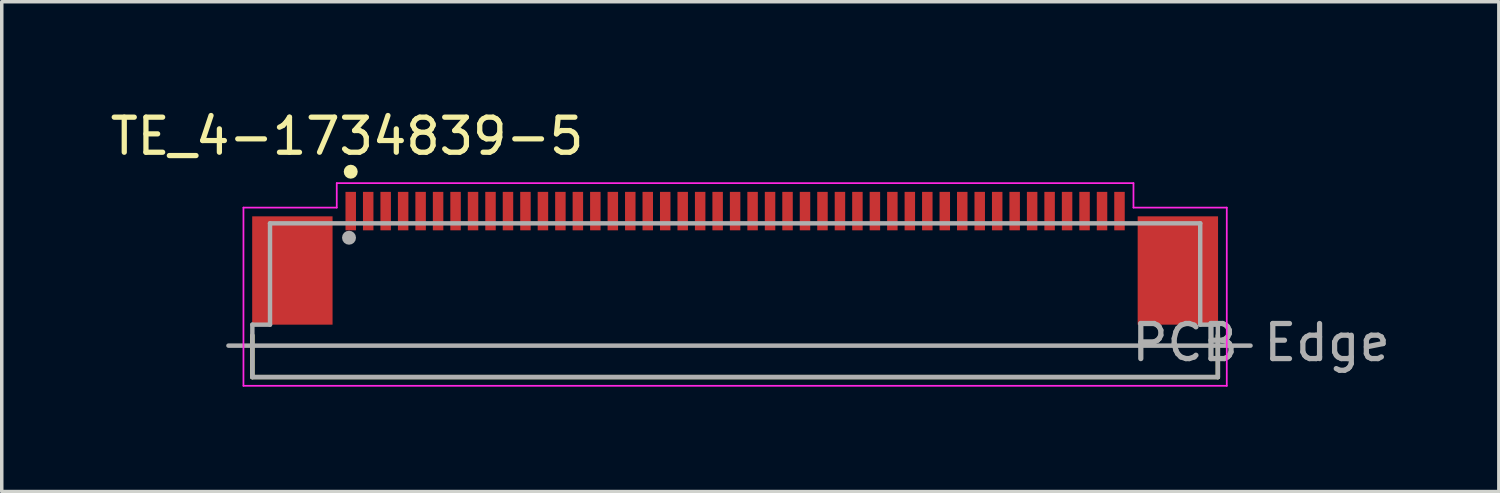
<source format=kicad_pcb>
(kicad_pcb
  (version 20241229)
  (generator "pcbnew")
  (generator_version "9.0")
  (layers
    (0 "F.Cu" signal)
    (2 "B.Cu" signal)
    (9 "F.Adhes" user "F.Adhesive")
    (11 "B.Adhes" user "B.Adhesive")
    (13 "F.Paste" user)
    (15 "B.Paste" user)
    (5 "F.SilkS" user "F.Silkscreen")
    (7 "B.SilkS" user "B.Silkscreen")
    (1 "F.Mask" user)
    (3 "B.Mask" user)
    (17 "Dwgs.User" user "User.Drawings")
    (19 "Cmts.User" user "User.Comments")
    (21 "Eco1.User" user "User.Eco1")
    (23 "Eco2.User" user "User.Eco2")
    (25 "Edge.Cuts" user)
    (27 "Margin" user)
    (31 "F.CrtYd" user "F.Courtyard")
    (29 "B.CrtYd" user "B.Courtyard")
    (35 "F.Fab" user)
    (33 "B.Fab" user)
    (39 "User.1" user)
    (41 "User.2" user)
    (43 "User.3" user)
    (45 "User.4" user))
  (footprint "TE_4-1734839-5"
    (layer "F.Cu")
    (at 17.987 2.991)
    (property "Reference" "TE_4-1734839-5" (at -11.105 -2.141 0) (layer "F.SilkS") (effects (font (size 1.003 1.003) (thickness 0.15))))
    (attr smd)
    (fp_line (start -13.815 3.556) (end -13.815 4.75) (stroke (width 0.127) (type solid)) (layer "F.SilkS"))
    (fp_line (start -13.815 4.75) (end 13.815 4.75) (stroke (width 0.127) (type solid)) (layer "F.SilkS"))
    (fp_line (start 13.815 4.75) (end 13.815 3.556) (stroke (width 0.127) (type solid)) (layer "F.SilkS"))
    (fp_circle (center -11 -1.127) (end -10.9 -1.127) (stroke (width 0.2) (type solid)) (fill no) (layer "F.SilkS"))
    (fp_line (start -14.07 -0.1) (end -11.4 -0.1) (stroke (width 0.05) (type solid)) (layer "F.CrtYd"))
    (fp_line (start -14.07 5) (end -14.07 -0.1) (stroke (width 0.05) (type solid)) (layer "F.CrtYd"))
    (fp_line (start -11.4 -0.8) (end 11.4 -0.8) (stroke (width 0.05) (type solid)) (layer "F.CrtYd"))
    (fp_line (start -11.4 -0.1) (end -11.4 -0.8) (stroke (width 0.05) (type solid)) (layer "F.CrtYd"))
    (fp_line (start 11.4 -0.8) (end 11.4 -0.1) (stroke (width 0.05) (type solid)) (layer "F.CrtYd"))
    (fp_line (start 11.4 -0.1) (end 14.07 -0.1) (stroke (width 0.05) (type solid)) (layer "F.CrtYd"))
    (fp_line (start 14.07 -0.1) (end 14.07 5) (stroke (width 0.05) (type solid)) (layer "F.CrtYd"))
    (fp_line (start 14.07 5) (end -14.07 5) (stroke (width 0.05) (type solid)) (layer "F.CrtYd"))
    (fp_line (start -14.5 3.85) (end 14.75 3.85) (stroke (width 0.127) (type solid)) (layer "F.Fab"))
    (fp_line (start -13.815 3.25) (end -13.815 4.75) (stroke (width 0.127) (type solid)) (layer "F.Fab"))
    (fp_line (start -13.815 4.75) (end 13.815 4.75) (stroke (width 0.127) (type solid)) (layer "F.Fab"))
    (fp_line (start -13.31 0.35) (end -13.31 3.25) (stroke (width 0.127) (type solid)) (layer "F.Fab"))
    (fp_line (start -13.31 3.25) (end -13.815 3.25) (stroke (width 0.127) (type solid)) (layer "F.Fab"))
    (fp_line (start 13.31 0.35) (end -13.31 0.35) (stroke (width 0.127) (type solid)) (layer "F.Fab"))
    (fp_line (start 13.31 3.25) (end 13.31 0.35) (stroke (width 0.127) (type solid)) (layer "F.Fab"))
    (fp_line (start 13.815 3.25) (end 13.31 3.25) (stroke (width 0.127) (type solid)) (layer "F.Fab"))
    (fp_line (start 13.815 4.75) (end 13.815 3.25) (stroke (width 0.127) (type solid)) (layer "F.Fab"))
    (fp_circle (center -11.049 0.762) (end -10.949 0.762) (stroke (width 0.2) (type solid)) (fill no) (layer "F.Fab"))
    (fp_text user "PCB Edge" (at 15.052 3.764 0) (layer "F.Fab") (effects (font (size 1.004 1.004) (thickness 0.15))))
    (pad "1" smd rect (at -11 0) (size 0.3 1.1) (layers "F.Cu" "F.Mask" "F.Paste"))
    (pad "2" smd rect (at -10.5 0) (size 0.3 1.1) (layers "F.Cu" "F.Mask" "F.Paste"))
    (pad "3" smd rect (at -10 0) (size 0.3 1.1) (layers "F.Cu" "F.Mask" "F.Paste"))
    (pad "4" smd rect (at -9.5 0) (size 0.3 1.1) (layers "F.Cu" "F.Mask" "F.Paste"))
    (pad "5" smd rect (at -9 0) (size 0.3 1.1) (layers "F.Cu" "F.Mask" "F.Paste"))
    (pad "6" smd rect (at -8.5 0) (size 0.3 1.1) (layers "F.Cu" "F.Mask" "F.Paste"))
    (pad "7" smd rect (at -8 0) (size 0.3 1.1) (layers "F.Cu" "F.Mask" "F.Paste"))
    (pad "8" smd rect (at -7.5 0) (size 0.3 1.1) (layers "F.Cu" "F.Mask" "F.Paste"))
    (pad "9" smd rect (at -7 0) (size 0.3 1.1) (layers "F.Cu" "F.Mask" "F.Paste"))
    (pad "10" smd rect (at -6.5 0) (size 0.3 1.1) (layers "F.Cu" "F.Mask" "F.Paste"))
    (pad "11" smd rect (at -6 0) (size 0.3 1.1) (layers "F.Cu" "F.Mask" "F.Paste"))
    (pad "12" smd rect (at -5.5 0) (size 0.3 1.1) (layers "F.Cu" "F.Mask" "F.Paste"))
    (pad "13" smd rect (at -5 0) (size 0.3 1.1) (layers "F.Cu" "F.Mask" "F.Paste"))
    (pad "14" smd rect (at -4.5 0) (size 0.3 1.1) (layers "F.Cu" "F.Mask" "F.Paste"))
    (pad "15" smd rect (at -4 0) (size 0.3 1.1) (layers "F.Cu" "F.Mask" "F.Paste"))
    (pad "16" smd rect (at -3.5 0) (size 0.3 1.1) (layers "F.Cu" "F.Mask" "F.Paste"))
    (pad "17" smd rect (at -3 0) (size 0.3 1.1) (layers "F.Cu" "F.Mask" "F.Paste"))
    (pad "18" smd rect (at -2.5 0) (size 0.3 1.1) (layers "F.Cu" "F.Mask" "F.Paste"))
    (pad "19" smd rect (at -2 0) (size 0.3 1.1) (layers "F.Cu" "F.Mask" "F.Paste"))
    (pad "20" smd rect (at -1.5 0) (size 0.3 1.1) (layers "F.Cu" "F.Mask" "F.Paste"))
    (pad "21" smd rect (at -1 0) (size 0.3 1.1) (layers "F.Cu" "F.Mask" "F.Paste"))
    (pad "22" smd rect (at -0.5 0) (size 0.3 1.1) (layers "F.Cu" "F.Mask" "F.Paste"))
    (pad "23" smd rect (at 0 0) (size 0.3 1.1) (layers "F.Cu" "F.Mask" "F.Paste"))
    (pad "24" smd rect (at 0.5 0) (size 0.3 1.1) (layers "F.Cu" "F.Mask" "F.Paste"))
    (pad "25" smd rect (at 1 0) (size 0.3 1.1) (layers "F.Cu" "F.Mask" "F.Paste"))
    (pad "26" smd rect (at 1.5 0) (size 0.3 1.1) (layers "F.Cu" "F.Mask" "F.Paste"))
    (pad "27" smd rect (at 2 0) (size 0.3 1.1) (layers "F.Cu" "F.Mask" "F.Paste"))
    (pad "28" smd rect (at 2.5 0) (size 0.3 1.1) (layers "F.Cu" "F.Mask" "F.Paste"))
    (pad "29" smd rect (at 3 0) (size 0.3 1.1) (layers "F.Cu" "F.Mask" "F.Paste"))
    (pad "30" smd rect (at 3.5 0) (size 0.3 1.1) (layers "F.Cu" "F.Mask" "F.Paste"))
    (pad "31" smd rect (at 4 0) (size 0.3 1.1) (layers "F.Cu" "F.Mask" "F.Paste"))
    (pad "32" smd rect (at 4.5 0) (size 0.3 1.1) (layers "F.Cu" "F.Mask" "F.Paste"))
    (pad "33" smd rect (at 5 0) (size 0.3 1.1) (layers "F.Cu" "F.Mask" "F.Paste"))
    (pad "34" smd rect (at 5.5 0) (size 0.3 1.1) (layers "F.Cu" "F.Mask" "F.Paste"))
    (pad "35" smd rect (at 6 0) (size 0.3 1.1) (layers "F.Cu" "F.Mask" "F.Paste"))
    (pad "36" smd rect (at 6.5 0) (size 0.3 1.1) (layers "F.Cu" "F.Mask" "F.Paste"))
    (pad "37" smd rect (at 7 0) (size 0.3 1.1) (layers "F.Cu" "F.Mask" "F.Paste"))
    (pad "38" smd rect (at 7.5 0) (size 0.3 1.1) (layers "F.Cu" "F.Mask" "F.Paste"))
    (pad "39" smd rect (at 8 0) (size 0.3 1.1) (layers "F.Cu" "F.Mask" "F.Paste"))
    (pad "40" smd rect (at 8.5 0) (size 0.3 1.1) (layers "F.Cu" "F.Mask" "F.Paste"))
    (pad "41" smd rect (at 9 0) (size 0.3 1.1) (layers "F.Cu" "F.Mask" "F.Paste"))
    (pad "42" smd rect (at 9.5 0) (size 0.3 1.1) (layers "F.Cu" "F.Mask" "F.Paste"))
    (pad "43" smd rect (at 10 0) (size 0.3 1.1) (layers "F.Cu" "F.Mask" "F.Paste"))
    (pad "44" smd rect (at 10.5 0) (size 0.3 1.1) (layers "F.Cu" "F.Mask" "F.Paste"))
    (pad "45" smd rect (at 11 0) (size 0.3 1.1) (layers "F.Cu" "F.Mask" "F.Paste"))
    (pad "S1" smd rect (at -12.67 1.7) (size 2.3 3.1) (layers "F.Cu" "F.Mask" "F.Paste"))
    (pad "S2" smd rect (at 12.67 1.7) (size 2.3 3.1) (layers "F.Cu" "F.Mask" "F.Paste")))
  (gr_rect
    (start -3 -3)
    (end 39.843 11.016)
    (stroke (width 0.1) (type default))
    (fill no)
    (layer "Edge.Cuts")))
</source>
